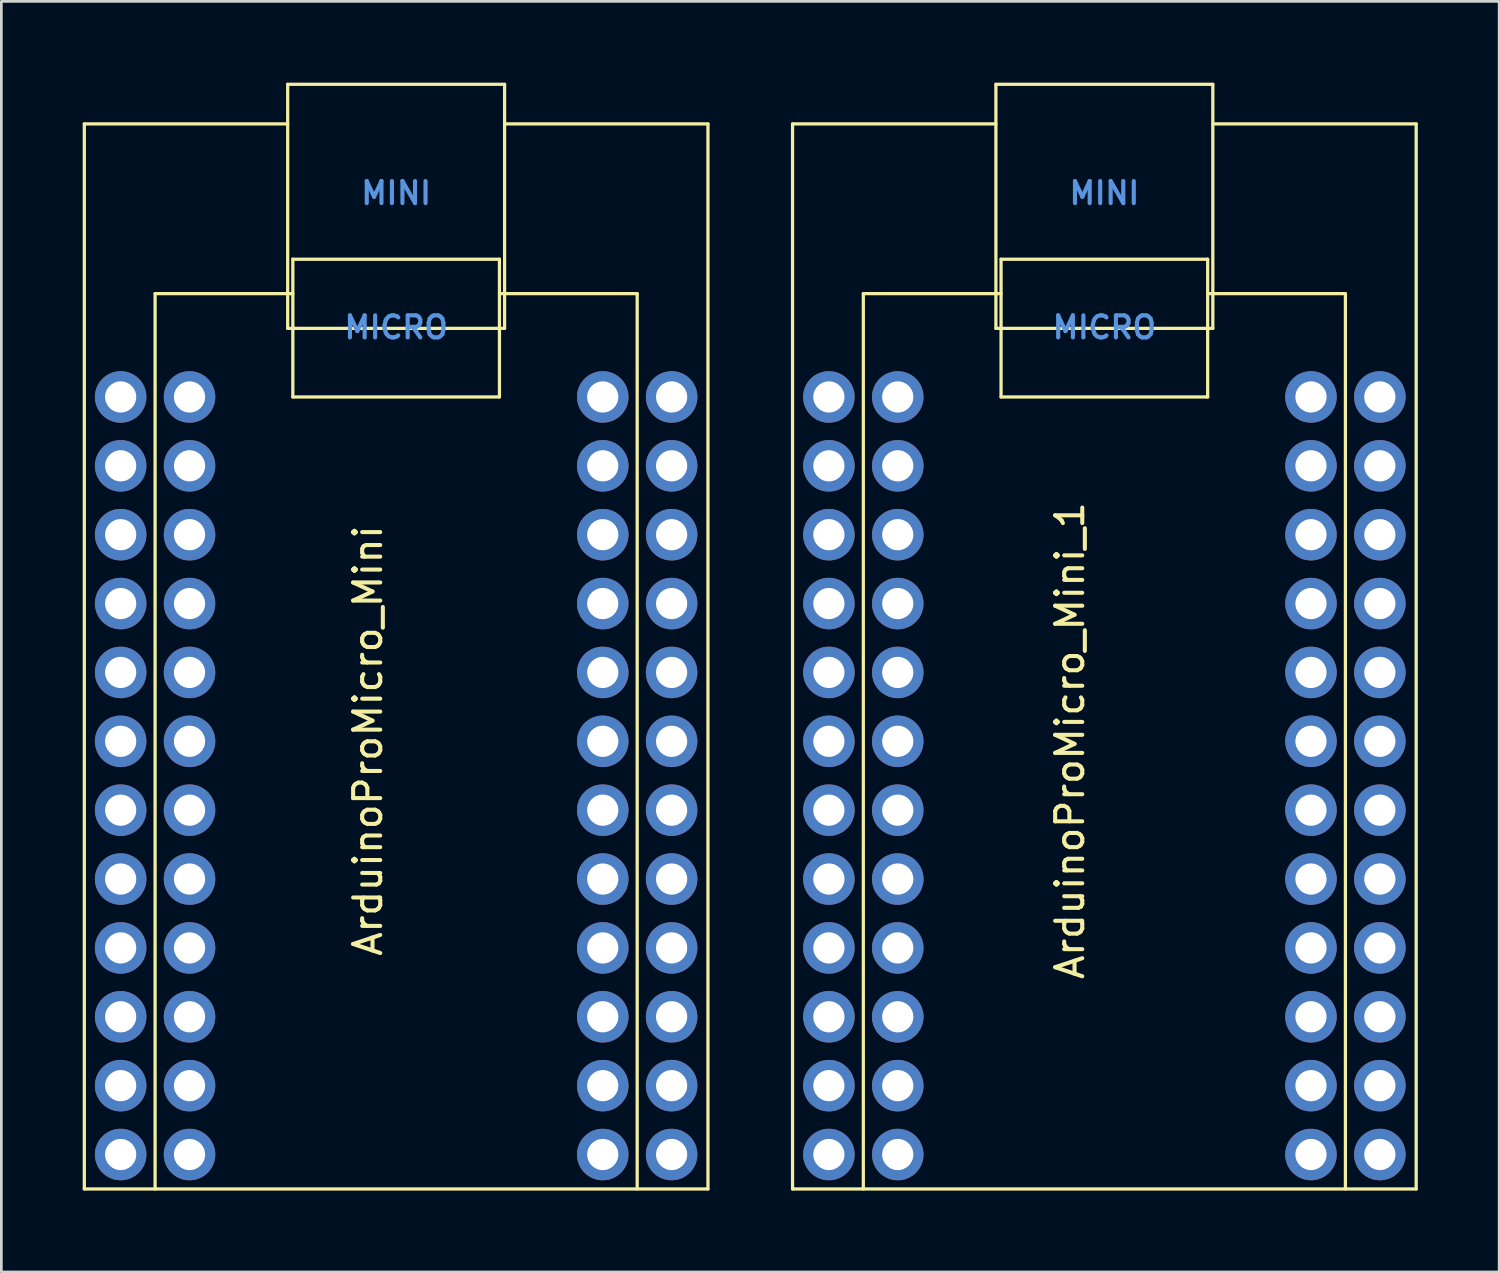
<source format=kicad_pcb>
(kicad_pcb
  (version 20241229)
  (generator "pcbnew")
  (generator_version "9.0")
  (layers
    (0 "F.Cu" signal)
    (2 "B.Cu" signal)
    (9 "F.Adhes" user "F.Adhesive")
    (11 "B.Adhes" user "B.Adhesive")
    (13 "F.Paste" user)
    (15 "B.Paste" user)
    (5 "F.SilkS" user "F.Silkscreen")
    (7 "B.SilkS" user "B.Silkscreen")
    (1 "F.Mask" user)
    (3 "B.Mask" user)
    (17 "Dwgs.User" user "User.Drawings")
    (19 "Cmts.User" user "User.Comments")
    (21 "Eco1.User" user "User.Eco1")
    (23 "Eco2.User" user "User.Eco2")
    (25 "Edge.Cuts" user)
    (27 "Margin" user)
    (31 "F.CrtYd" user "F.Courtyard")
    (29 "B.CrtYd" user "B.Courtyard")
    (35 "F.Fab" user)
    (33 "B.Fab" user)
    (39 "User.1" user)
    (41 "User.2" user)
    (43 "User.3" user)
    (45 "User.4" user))
  (footprint "ArduinoProMicro_Mini"
    (layer "F.Cu")
    (at 11.56 24.265)
    (property "Reference" "ArduinoProMicro_Mini" (at -1.041 0 90) (layer "F.SilkS") (effects (font (size 1 1) (thickness 0.15))))
    (attr through_hole)
    (fp_line (start -11.5 -22.745) (end -4 -22.745) (stroke (width 0.12) (type solid)) (layer "F.SilkS"))
    (fp_line (start -11.5 16.535) (end -11.5 -22.745) (stroke (width 0.12) (type solid)) (layer "F.SilkS"))
    (fp_line (start -11.5 16.535) (end 11.5 16.535) (stroke (width 0.12) (type solid)) (layer "F.SilkS"))
    (fp_line (start -8.89 -16.485) (end -8.89 16.535) (stroke (width 0.12) (type solid)) (layer "F.SilkS"))
    (fp_line (start -8.89 -16.485) (end -3.81 -16.485) (stroke (width 0.12) (type solid)) (layer "F.SilkS"))
    (fp_line (start -4 -24.205) (end 4 -24.205) (stroke (width 0.12) (type solid)) (layer "F.SilkS"))
    (fp_line (start -4 -15.205) (end -4 -24.205) (stroke (width 0.12) (type solid)) (layer "F.SilkS"))
    (fp_line (start -4 -15.205) (end 4 -15.205) (stroke (width 0.12) (type solid)) (layer "F.SilkS"))
    (fp_line (start -3.81 -17.755) (end 3.81 -17.755) (stroke (width 0.12) (type solid)) (layer "F.SilkS"))
    (fp_line (start -3.81 -12.675) (end -3.81 -17.755) (stroke (width 0.12) (type solid)) (layer "F.SilkS"))
    (fp_line (start -3.81 -12.675) (end 3.81 -12.675) (stroke (width 0.12) (type solid)) (layer "F.SilkS"))
    (fp_line (start 3.81 -17.755) (end 3.81 -12.675) (stroke (width 0.12) (type solid)) (layer "F.SilkS"))
    (fp_line (start 4 -15.205) (end 4 -24.205) (stroke (width 0.12) (type solid)) (layer "F.SilkS"))
    (fp_line (start 8.89 -16.485) (end 3.81 -16.485) (stroke (width 0.12) (type solid)) (layer "F.SilkS"))
    (fp_line (start 8.89 16.535) (end 8.89 -16.485) (stroke (width 0.12) (type solid)) (layer "F.SilkS"))
    (fp_line (start 11.5 -22.745) (end 4 -22.745) (stroke (width 0.12) (type solid)) (layer "F.SilkS"))
    (fp_line (start 11.5 16.535) (end 11.5 -22.745) (stroke (width 0.12) (type solid)) (layer "F.SilkS"))
    (fp_text user "MICRO" (at 0 -15.24 0) (layer "Cmts.User") (effects (font (size 0.813 0.813) (thickness 0.152))))
    (fp_text user "MINI" (at 0 -20.193 0) (layer "Cmts.User") (effects (font (size 0.813 0.813) (thickness 0.152))))
    (pad "1" thru_hole circle (at -10.16 -12.675) (size 1.9 1.9) (drill 1.15) (layers "*.Cu" "*.Mask"))
    (pad "1" thru_hole circle (at -7.62 -12.675) (size 1.9 1.9) (drill 1.15) (layers "*.Cu" "*.Mask"))
    (pad "2" thru_hole circle (at -10.16 -10.135) (size 1.9 1.9) (drill 1.15) (layers "*.Cu" "*.Mask"))
    (pad "2" thru_hole circle (at -7.62 -10.135) (size 1.9 1.9) (drill 1.15) (layers "*.Cu" "*.Mask"))
    (pad "3" thru_hole circle (at -10.16 -7.595) (size 1.9 1.9) (drill 1.15) (layers "*.Cu" "*.Mask"))
    (pad "3" thru_hole circle (at -7.62 -7.595) (size 1.9 1.9) (drill 1.15) (layers "*.Cu" "*.Mask"))
    (pad "4" thru_hole circle (at -10.16 -5.055) (size 1.9 1.9) (drill 1.15) (layers "*.Cu" "*.Mask"))
    (pad "4" thru_hole circle (at -7.62 -5.055) (size 1.9 1.9) (drill 1.15) (layers "*.Cu" "*.Mask"))
    (pad "5" thru_hole circle (at -10.16 -2.515) (size 1.9 1.9) (drill 1.15) (layers "*.Cu" "*.Mask"))
    (pad "5" thru_hole circle (at -7.62 -2.515) (size 1.9 1.9) (drill 1.15) (layers "*.Cu" "*.Mask"))
    (pad "6" thru_hole circle (at -10.16 0.025) (size 1.9 1.9) (drill 1.15) (layers "*.Cu" "*.Mask"))
    (pad "6" thru_hole circle (at -7.62 0.025) (size 1.9 1.9) (drill 1.15) (layers "*.Cu" "*.Mask"))
    (pad "7" thru_hole circle (at -10.16 2.565) (size 1.9 1.9) (drill 1.15) (layers "*.Cu" "*.Mask"))
    (pad "7" thru_hole circle (at -7.62 2.565) (size 1.9 1.9) (drill 1.15) (layers "*.Cu" "*.Mask"))
    (pad "8" thru_hole circle (at -10.16 5.105) (size 1.9 1.9) (drill 1.15) (layers "*.Cu" "*.Mask"))
    (pad "8" thru_hole circle (at -7.62 5.105) (size 1.9 1.9) (drill 1.15) (layers "*.Cu" "*.Mask"))
    (pad "9" thru_hole circle (at -10.16 7.645) (size 1.9 1.9) (drill 1.15) (layers "*.Cu" "*.Mask"))
    (pad "9" thru_hole circle (at -7.62 7.645) (size 1.9 1.9) (drill 1.15) (layers "*.Cu" "*.Mask"))
    (pad "10" thru_hole circle (at -10.16 10.185) (size 1.9 1.9) (drill 1.15) (layers "*.Cu" "*.Mask"))
    (pad "10" thru_hole circle (at -7.62 10.185) (size 1.9 1.9) (drill 1.15) (layers "*.Cu" "*.Mask"))
    (pad "11" thru_hole circle (at -10.16 12.725) (size 1.9 1.9) (drill 1.15) (layers "*.Cu" "*.Mask"))
    (pad "11" thru_hole circle (at -7.62 12.725) (size 1.9 1.9) (drill 1.15) (layers "*.Cu" "*.Mask"))
    (pad "12" thru_hole circle (at -10.16 15.265) (size 1.9 1.9) (drill 1.15) (layers "*.Cu" "*.Mask"))
    (pad "12" thru_hole circle (at -7.62 15.265) (size 1.9 1.9) (drill 1.15) (layers "*.Cu" "*.Mask"))
    (pad "13" thru_hole circle (at 7.62 15.265) (size 1.9 1.9) (drill 1.15) (layers "*.Cu" "*.Mask"))
    (pad "13" thru_hole circle (at 10.16 15.265) (size 1.9 1.9) (drill 1.15) (layers "*.Cu" "*.Mask"))
    (pad "14" thru_hole circle (at 7.62 12.725) (size 1.9 1.9) (drill 1.15) (layers "*.Cu" "*.Mask"))
    (pad "14" thru_hole circle (at 10.16 12.725) (size 1.9 1.9) (drill 1.15) (layers "*.Cu" "*.Mask"))
    (pad "15" thru_hole circle (at 7.62 10.185) (size 1.9 1.9) (drill 1.15) (layers "*.Cu" "*.Mask"))
    (pad "15" thru_hole circle (at 10.16 10.185) (size 1.9 1.9) (drill 1.15) (layers "*.Cu" "*.Mask"))
    (pad "16" thru_hole circle (at 7.62 7.645) (size 1.9 1.9) (drill 1.15) (layers "*.Cu" "*.Mask"))
    (pad "16" thru_hole circle (at 10.16 7.645) (size 1.9 1.9) (drill 1.15) (layers "*.Cu" "*.Mask"))
    (pad "17" thru_hole circle (at 7.62 5.105) (size 1.9 1.9) (drill 1.15) (layers "*.Cu" "*.Mask"))
    (pad "17" thru_hole circle (at 10.16 5.105) (size 1.9 1.9) (drill 1.15) (layers "*.Cu" "*.Mask"))
    (pad "18" thru_hole circle (at 7.62 2.565) (size 1.9 1.9) (drill 1.15) (layers "*.Cu" "*.Mask"))
    (pad "18" thru_hole circle (at 10.16 2.565) (size 1.9 1.9) (drill 1.15) (layers "*.Cu" "*.Mask"))
    (pad "19" thru_hole circle (at 7.62 0.025) (size 1.9 1.9) (drill 1.15) (layers "*.Cu" "*.Mask"))
    (pad "19" thru_hole circle (at 10.16 0.025) (size 1.9 1.9) (drill 1.15) (layers "*.Cu" "*.Mask"))
    (pad "20" thru_hole circle (at 7.62 -2.515) (size 1.9 1.9) (drill 1.15) (layers "*.Cu" "*.Mask"))
    (pad "20" thru_hole circle (at 10.16 -2.515) (size 1.9 1.9) (drill 1.15) (layers "*.Cu" "*.Mask"))
    (pad "21" thru_hole circle (at 7.62 -5.055) (size 1.9 1.9) (drill 1.15) (layers "*.Cu" "*.Mask"))
    (pad "21" thru_hole circle (at 10.16 -5.055) (size 1.9 1.9) (drill 1.15) (layers "*.Cu" "*.Mask"))
    (pad "22" thru_hole circle (at 7.62 -7.595) (size 1.9 1.9) (drill 1.15) (layers "*.Cu" "*.Mask"))
    (pad "22" thru_hole circle (at 10.16 -7.595) (size 1.9 1.9) (drill 1.15) (layers "*.Cu" "*.Mask"))
    (pad "23" thru_hole circle (at 7.62 -10.135) (size 1.9 1.9) (drill 1.15) (layers "*.Cu" "*.Mask"))
    (pad "23" thru_hole circle (at 10.16 -10.135) (size 1.9 1.9) (drill 1.15) (layers "*.Cu" "*.Mask"))
    (pad "24" thru_hole circle (at 7.62 -12.675) (size 1.9 1.9) (drill 1.15) (layers "*.Cu" "*.Mask"))
    (pad "24" thru_hole circle (at 10.16 -12.675) (size 1.9 1.9) (drill 1.15) (layers "*.Cu" "*.Mask")))
  (footprint "ArduinoProMicro_Mini_1"
    (layer "F.Cu")
    (at 37.68 24.265)
    (property "Reference" "ArduinoProMicro_Mini_1" (at -1.27 0 90) (layer "F.SilkS") (effects (font (size 1 1) (thickness 0.15))))
    (attr through_hole)
    (fp_line (start -11.5 -22.745) (end -4 -22.745) (stroke (width 0.12) (type solid)) (layer "F.SilkS"))
    (fp_line (start -11.5 16.535) (end -11.5 -22.745) (stroke (width 0.12) (type solid)) (layer "F.SilkS"))
    (fp_line (start -11.5 16.535) (end 11.5 16.535) (stroke (width 0.12) (type solid)) (layer "F.SilkS"))
    (fp_line (start -8.89 -16.485) (end -8.89 16.535) (stroke (width 0.12) (type solid)) (layer "F.SilkS"))
    (fp_line (start -8.89 -16.485) (end -3.81 -16.485) (stroke (width 0.12) (type solid)) (layer "F.SilkS"))
    (fp_line (start -4 -24.205) (end 4 -24.205) (stroke (width 0.12) (type solid)) (layer "F.SilkS"))
    (fp_line (start -4 -15.205) (end -4 -24.205) (stroke (width 0.12) (type solid)) (layer "F.SilkS"))
    (fp_line (start -4 -15.205) (end 4 -15.205) (stroke (width 0.12) (type solid)) (layer "F.SilkS"))
    (fp_line (start -3.81 -17.755) (end 3.81 -17.755) (stroke (width 0.12) (type solid)) (layer "F.SilkS"))
    (fp_line (start -3.81 -12.675) (end -3.81 -17.755) (stroke (width 0.12) (type solid)) (layer "F.SilkS"))
    (fp_line (start -3.81 -12.675) (end 3.81 -12.675) (stroke (width 0.12) (type solid)) (layer "F.SilkS"))
    (fp_line (start 3.81 -17.755) (end 3.81 -12.675) (stroke (width 0.12) (type solid)) (layer "F.SilkS"))
    (fp_line (start 4 -15.205) (end 4 -24.205) (stroke (width 0.12) (type solid)) (layer "F.SilkS"))
    (fp_line (start 8.89 -16.485) (end 3.81 -16.485) (stroke (width 0.12) (type solid)) (layer "F.SilkS"))
    (fp_line (start 8.89 16.535) (end 8.89 -16.485) (stroke (width 0.12) (type solid)) (layer "F.SilkS"))
    (fp_line (start 11.5 -22.745) (end 4 -22.745) (stroke (width 0.12) (type solid)) (layer "F.SilkS"))
    (fp_line (start 11.5 16.535) (end 11.5 -22.745) (stroke (width 0.12) (type solid)) (layer "F.SilkS"))
    (fp_text user "MICRO" (at 0 -15.24 0) (layer "Cmts.User") (effects (font (size 0.813 0.813) (thickness 0.152))))
    (fp_text user "MINI" (at 0 -20.193 0) (layer "Cmts.User") (effects (font (size 0.813 0.813) (thickness 0.152))))
    (pad "1" thru_hole circle (at -10.16 -12.675) (size 1.9 1.9) (drill 1.15) (layers "*.Cu" "*.Mask"))
    (pad "1" thru_hole circle (at -7.62 -12.675) (size 1.9 1.9) (drill 1.15) (layers "*.Cu" "*.Mask"))
    (pad "2" thru_hole circle (at -10.16 -10.135) (size 1.9 1.9) (drill 1.15) (layers "*.Cu" "*.Mask"))
    (pad "2" thru_hole circle (at -7.62 -10.135) (size 1.9 1.9) (drill 1.15) (layers "*.Cu" "*.Mask"))
    (pad "3" thru_hole circle (at -10.16 -7.595) (size 1.9 1.9) (drill 1.15) (layers "*.Cu" "*.Mask"))
    (pad "3" thru_hole circle (at -7.62 -7.595) (size 1.9 1.9) (drill 1.15) (layers "*.Cu" "*.Mask"))
    (pad "4" thru_hole circle (at -10.16 -5.055) (size 1.9 1.9) (drill 1.15) (layers "*.Cu" "*.Mask"))
    (pad "4" thru_hole circle (at -7.62 -5.055) (size 1.9 1.9) (drill 1.15) (layers "*.Cu" "*.Mask"))
    (pad "5" thru_hole circle (at -10.16 -2.515) (size 1.9 1.9) (drill 1.15) (layers "*.Cu" "*.Mask"))
    (pad "5" thru_hole circle (at -7.62 -2.515) (size 1.9 1.9) (drill 1.15) (layers "*.Cu" "*.Mask"))
    (pad "6" thru_hole circle (at -10.16 0.025) (size 1.9 1.9) (drill 1.15) (layers "*.Cu" "*.Mask"))
    (pad "6" thru_hole circle (at -7.62 0.025) (size 1.9 1.9) (drill 1.15) (layers "*.Cu" "*.Mask"))
    (pad "7" thru_hole circle (at -10.16 2.565) (size 1.9 1.9) (drill 1.15) (layers "*.Cu" "*.Mask"))
    (pad "7" thru_hole circle (at -7.62 2.565) (size 1.9 1.9) (drill 1.15) (layers "*.Cu" "*.Mask"))
    (pad "8" thru_hole circle (at -10.16 5.105) (size 1.9 1.9) (drill 1.15) (layers "*.Cu" "*.Mask"))
    (pad "8" thru_hole circle (at -7.62 5.105) (size 1.9 1.9) (drill 1.15) (layers "*.Cu" "*.Mask"))
    (pad "9" thru_hole circle (at -10.16 7.645) (size 1.9 1.9) (drill 1.15) (layers "*.Cu" "*.Mask"))
    (pad "9" thru_hole circle (at -7.62 7.645) (size 1.9 1.9) (drill 1.15) (layers "*.Cu" "*.Mask"))
    (pad "10" thru_hole circle (at -10.16 10.185) (size 1.9 1.9) (drill 1.15) (layers "*.Cu" "*.Mask"))
    (pad "10" thru_hole circle (at -7.62 10.185) (size 1.9 1.9) (drill 1.15) (layers "*.Cu" "*.Mask"))
    (pad "11" thru_hole circle (at -10.16 12.725) (size 1.9 1.9) (drill 1.15) (layers "*.Cu" "*.Mask"))
    (pad "11" thru_hole circle (at -7.62 12.725) (size 1.9 1.9) (drill 1.15) (layers "*.Cu" "*.Mask"))
    (pad "12" thru_hole circle (at -10.16 15.265) (size 1.9 1.9) (drill 1.15) (layers "*.Cu" "*.Mask"))
    (pad "12" thru_hole circle (at -7.62 15.265) (size 1.9 1.9) (drill 1.15) (layers "*.Cu" "*.Mask"))
    (pad "13" thru_hole circle (at 7.62 15.265) (size 1.9 1.9) (drill 1.15) (layers "*.Cu" "*.Mask"))
    (pad "13" thru_hole circle (at 10.16 15.265) (size 1.9 1.9) (drill 1.15) (layers "*.Cu" "*.Mask"))
    (pad "14" thru_hole circle (at 7.62 12.725) (size 1.9 1.9) (drill 1.15) (layers "*.Cu" "*.Mask"))
    (pad "14" thru_hole circle (at 10.16 12.725) (size 1.9 1.9) (drill 1.15) (layers "*.Cu" "*.Mask"))
    (pad "15" thru_hole circle (at 7.62 10.185) (size 1.9 1.9) (drill 1.15) (layers "*.Cu" "*.Mask"))
    (pad "15" thru_hole circle (at 10.16 10.185) (size 1.9 1.9) (drill 1.15) (layers "*.Cu" "*.Mask"))
    (pad "16" thru_hole circle (at 7.62 7.645) (size 1.9 1.9) (drill 1.15) (layers "*.Cu" "*.Mask"))
    (pad "16" thru_hole circle (at 10.16 7.645) (size 1.9 1.9) (drill 1.15) (layers "*.Cu" "*.Mask"))
    (pad "17" thru_hole circle (at 7.62 5.105) (size 1.9 1.9) (drill 1.15) (layers "*.Cu" "*.Mask"))
    (pad "17" thru_hole circle (at 10.16 5.105) (size 1.9 1.9) (drill 1.15) (layers "*.Cu" "*.Mask"))
    (pad "18" thru_hole circle (at 7.62 2.565) (size 1.9 1.9) (drill 1.15) (layers "*.Cu" "*.Mask"))
    (pad "18" thru_hole circle (at 10.16 2.565) (size 1.9 1.9) (drill 1.15) (layers "*.Cu" "*.Mask"))
    (pad "19" thru_hole circle (at 7.62 0.025) (size 1.9 1.9) (drill 1.15) (layers "*.Cu" "*.Mask"))
    (pad "19" thru_hole circle (at 10.16 0.025) (size 1.9 1.9) (drill 1.15) (layers "*.Cu" "*.Mask"))
    (pad "20" thru_hole circle (at 7.62 -2.515) (size 1.9 1.9) (drill 1.15) (layers "*.Cu" "*.Mask"))
    (pad "20" thru_hole circle (at 10.16 -2.515) (size 1.9 1.9) (drill 1.15) (layers "*.Cu" "*.Mask"))
    (pad "21" thru_hole circle (at 7.62 -5.055) (size 1.9 1.9) (drill 1.15) (layers "*.Cu" "*.Mask"))
    (pad "21" thru_hole circle (at 10.16 -5.055) (size 1.9 1.9) (drill 1.15) (layers "*.Cu" "*.Mask"))
    (pad "22" thru_hole circle (at 7.62 -7.595) (size 1.9 1.9) (drill 1.15) (layers "*.Cu" "*.Mask"))
    (pad "22" thru_hole circle (at 10.16 -7.595) (size 1.9 1.9) (drill 1.15) (layers "*.Cu" "*.Mask"))
    (pad "23" thru_hole circle (at 7.62 -10.135) (size 1.9 1.9) (drill 1.15) (layers "*.Cu" "*.Mask"))
    (pad "23" thru_hole circle (at 10.16 -10.135) (size 1.9 1.9) (drill 1.15) (layers "*.Cu" "*.Mask"))
    (pad "24" thru_hole circle (at 7.62 -12.675) (size 1.9 1.9) (drill 1.15) (layers "*.Cu" "*.Mask"))
    (pad "24" thru_hole circle (at 10.16 -12.675) (size 1.9 1.9) (drill 1.15) (layers "*.Cu" "*.Mask")))
  (gr_rect
    (start -3 -3)
    (end 52.24 43.86)
    (stroke (width 0.1) (type default))
    (fill no)
    (layer "Edge.Cuts")))
</source>
